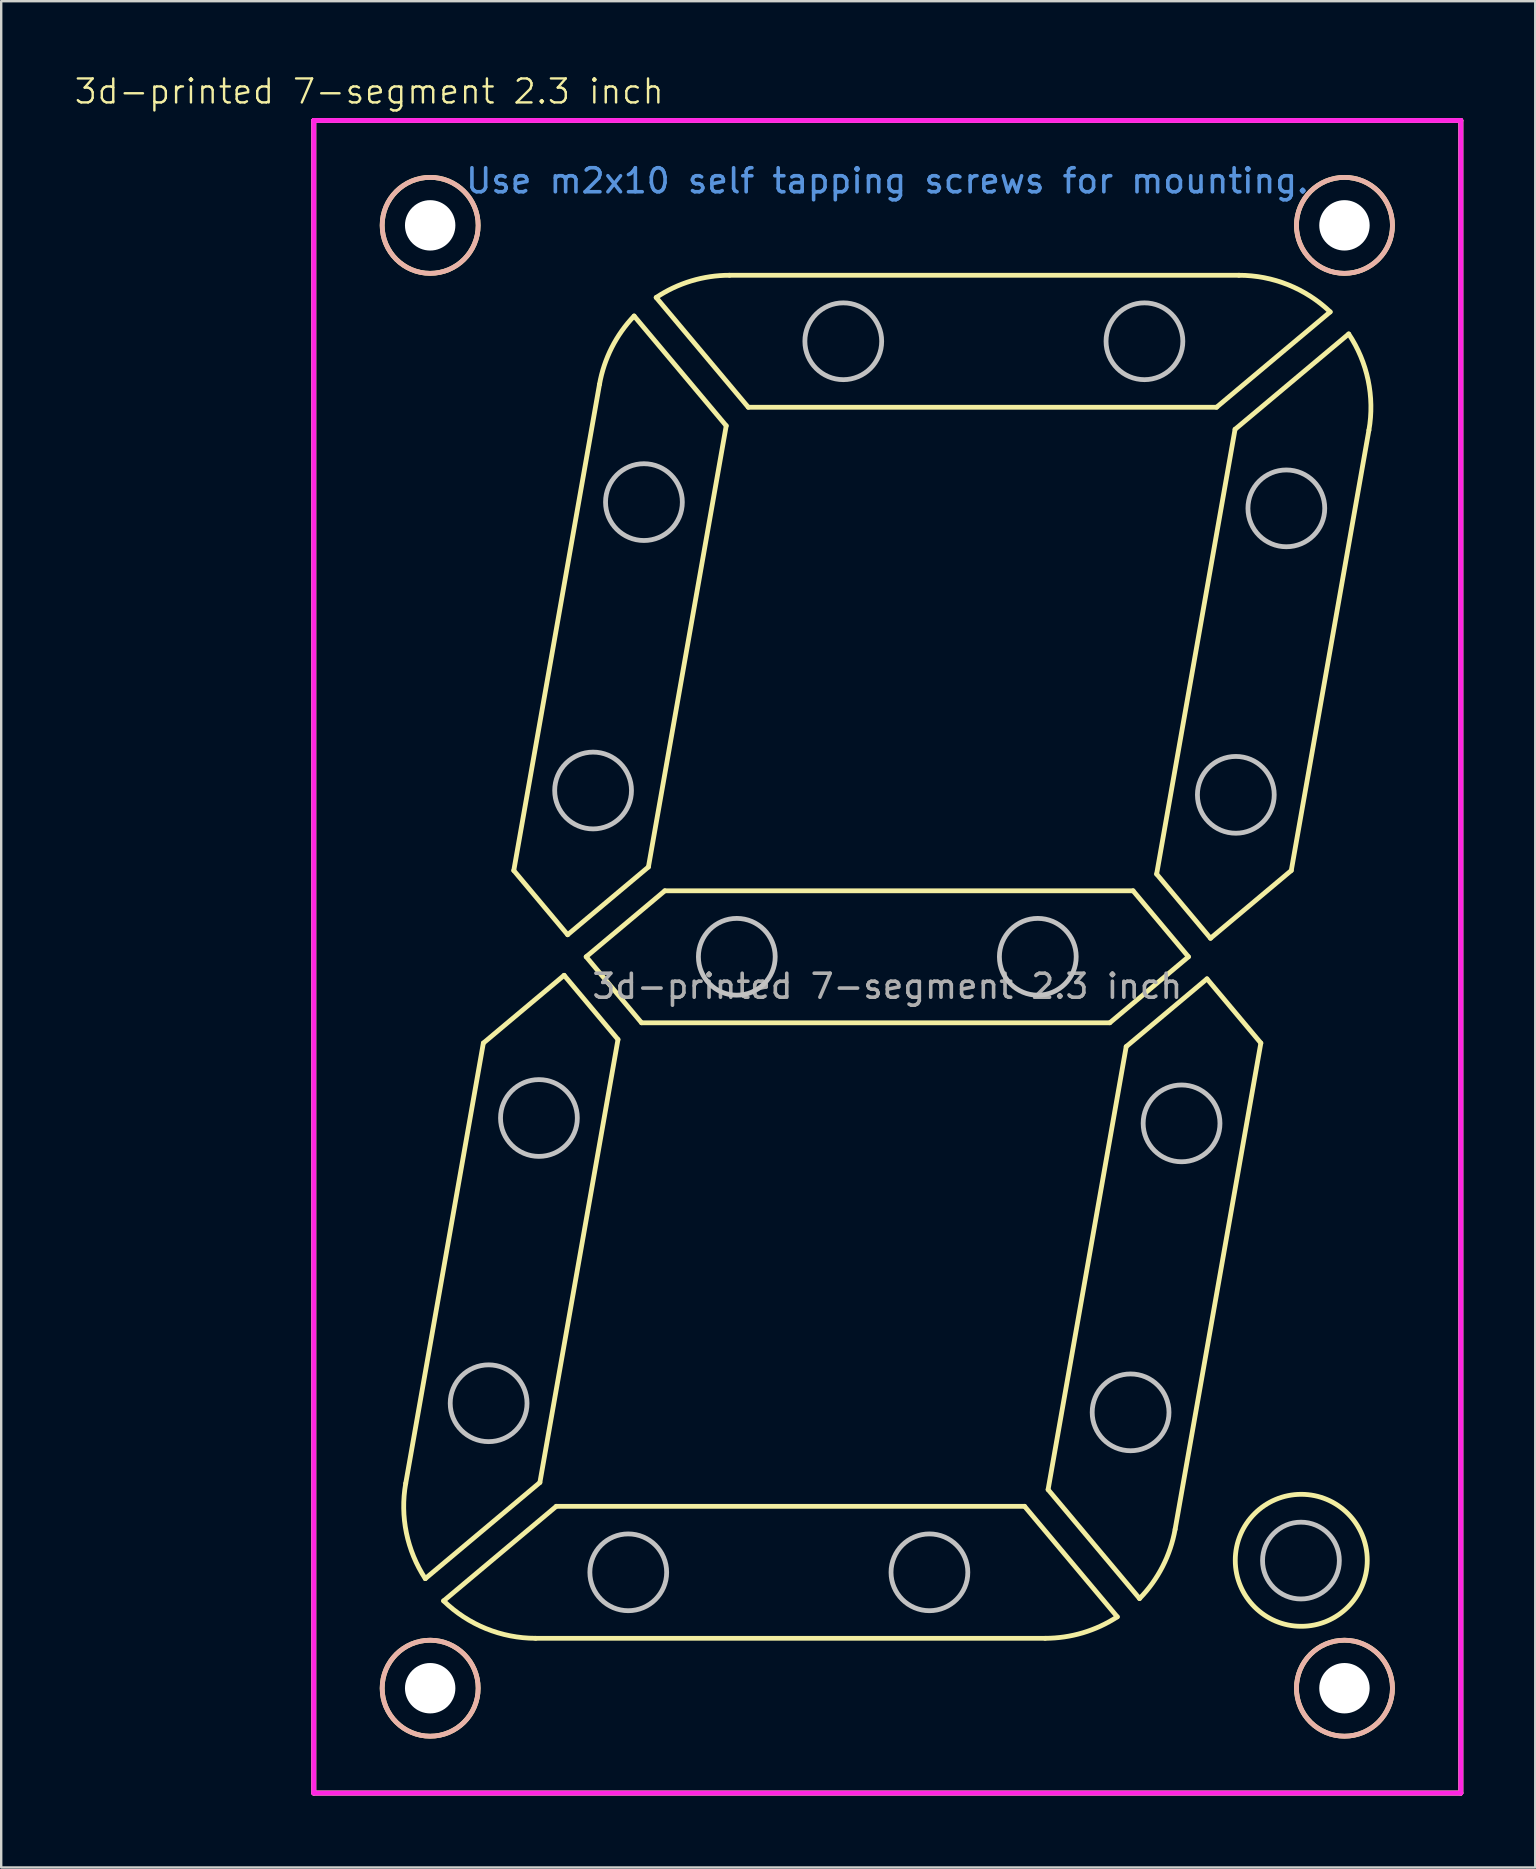
<source format=kicad_pcb>
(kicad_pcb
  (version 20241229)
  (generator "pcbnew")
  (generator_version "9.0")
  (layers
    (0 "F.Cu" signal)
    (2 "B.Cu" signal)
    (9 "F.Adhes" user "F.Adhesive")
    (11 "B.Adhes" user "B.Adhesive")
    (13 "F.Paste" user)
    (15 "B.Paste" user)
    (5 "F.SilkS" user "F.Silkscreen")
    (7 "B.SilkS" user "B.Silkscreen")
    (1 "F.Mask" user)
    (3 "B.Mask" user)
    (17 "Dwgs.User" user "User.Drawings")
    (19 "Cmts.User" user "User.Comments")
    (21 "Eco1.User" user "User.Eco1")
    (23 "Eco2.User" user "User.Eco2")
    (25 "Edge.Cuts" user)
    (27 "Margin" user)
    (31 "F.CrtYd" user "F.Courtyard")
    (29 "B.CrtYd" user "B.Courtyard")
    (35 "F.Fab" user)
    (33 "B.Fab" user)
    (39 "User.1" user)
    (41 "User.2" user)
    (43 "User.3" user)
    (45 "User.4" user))
  (footprint "3d-printed 7-segment 2.3 inch"
    (layer "F.Cu")
    (at 33.926 36.821)
    (property "Reference" "3d-printed 7-segment 2.3 inch" (at -21.59 -36.06 0) (unlocked yes) (layer "F.SilkS") (effects (font (size 1 1) (thickness 0.1))))
    (fp_line (start -23.9 -34.85) (end -23.9 34.85) (stroke (width 0.2) (type default)) (layer "F.SilkS"))
    (fp_line (start -23.9 34.85) (end 23.9 34.85) (stroke (width 0.2) (type default)) (layer "F.SilkS"))
    (fp_line (start -16.834 3.595) (end -20.069 21.945) (stroke (width 0.2) (type default)) (layer "F.SilkS"))
    (fp_line (start -16.834 3.595) (end -13.468 0.771) (stroke (width 0.2) (type default)) (layer "F.SilkS"))
    (fp_line (start -15.566 -3.595) (end -11.994 -23.855) (stroke (width 0.2) (type default)) (layer "F.SilkS"))
    (fp_line (start -14.653 28.4) (end 6.577 28.4) (stroke (width 0.2) (type default)) (layer "F.SilkS"))
    (fp_line (start -14.478 21.907) (end -19.254 25.914) (stroke (width 0.2) (type default)) (layer "F.SilkS"))
    (fp_line (start -13.795 22.9) (end -18.49 26.84) (stroke (width 0.2) (type default)) (layer "F.SilkS"))
    (fp_line (start -13.795 22.9) (end 5.719 22.9) (stroke (width 0.2) (type default)) (layer "F.SilkS"))
    (fp_line (start -13.468 0.771) (end -11.223 3.447) (stroke (width 0.2) (type default)) (layer "F.SilkS"))
    (fp_line (start -13.321 -0.919) (end -15.566 -3.595) (stroke (width 0.2) (type default)) (layer "F.SilkS"))
    (fp_line (start -12.549 0) (end -9.272 -2.75) (stroke (width 0.2) (type default)) (layer "F.SilkS"))
    (fp_line (start -11.223 3.447) (end -14.478 21.907) (stroke (width 0.2) (type default)) (layer "F.SilkS"))
    (fp_line (start -10.242 2.75) (end -12.549 0) (stroke (width 0.2) (type default)) (layer "F.SilkS"))
    (fp_line (start -9.955 -3.743) (end -13.321 -0.919) (stroke (width 0.2) (type default)) (layer "F.SilkS"))
    (fp_line (start -9.272 -2.75) (end 10.242 -2.75) (stroke (width 0.2) (type default)) (layer "F.SilkS"))
    (fp_line (start -6.713 -22.129) (end -10.551 -26.702) (stroke (width 0.2) (type default)) (layer "F.SilkS"))
    (fp_line (start -6.713 -22.129) (end -9.955 -3.743) (stroke (width 0.2) (type default)) (layer "F.SilkS"))
    (fp_line (start -6.577 -28.4) (end 14.653 -28.4) (stroke (width 0.2) (type default)) (layer "F.SilkS"))
    (fp_line (start -5.794 -22.9) (end -9.632 -27.474) (stroke (width 0.2) (type default)) (layer "F.SilkS"))
    (fp_line (start -5.794 -22.9) (end 13.72 -22.9) (stroke (width 0.2) (type default)) (layer "F.SilkS"))
    (fp_line (start 5.719 22.9) (end 9.584 27.506) (stroke (width 0.2) (type default)) (layer "F.SilkS"))
    (fp_line (start 6.7 22.203) (end 9.955 3.743) (stroke (width 0.2) (type default)) (layer "F.SilkS"))
    (fp_line (start 9.272 2.75) (end -10.242 2.75) (stroke (width 0.2) (type default)) (layer "F.SilkS"))
    (fp_line (start 9.955 3.743) (end 13.321 0.919) (stroke (width 0.2) (type default)) (layer "F.SilkS"))
    (fp_line (start 10.242 -2.75) (end 12.549 0) (stroke (width 0.2) (type default)) (layer "F.SilkS"))
    (fp_line (start 10.511 26.744) (end 6.7 22.203) (stroke (width 0.2) (type default)) (layer "F.SilkS"))
    (fp_line (start 11.223 -3.447) (end 14.491 -21.981) (stroke (width 0.2) (type default)) (layer "F.SilkS"))
    (fp_line (start 12.549 0) (end 9.272 2.75) (stroke (width 0.2) (type default)) (layer "F.SilkS"))
    (fp_line (start 13.321 0.919) (end 15.566 3.595) (stroke (width 0.2) (type default)) (layer "F.SilkS"))
    (fp_line (start 13.468 -0.771) (end 11.223 -3.447) (stroke (width 0.2) (type default)) (layer "F.SilkS"))
    (fp_line (start 13.72 -22.9) (end 18.455 -26.874) (stroke (width 0.2) (type default)) (layer "F.SilkS"))
    (fp_line (start 14.491 -21.981) (end 19.227 -25.955) (stroke (width 0.2) (type default)) (layer "F.SilkS"))
    (fp_line (start 15.566 3.595) (end 11.994 23.855) (stroke (width 0.2) (type default)) (layer "F.SilkS"))
    (fp_line (start 16.834 -3.595) (end 13.468 -0.771) (stroke (width 0.2) (type default)) (layer "F.SilkS"))
    (fp_line (start 20.069 -21.945) (end 16.834 -3.595) (stroke (width 0.2) (type default)) (layer "F.SilkS"))
    (fp_line (start 23.9 -34.85) (end -23.9 -34.85) (stroke (width 0.2) (type default)) (layer "F.SilkS"))
    (fp_line (start 23.9 34.85) (end 23.9 -34.85) (stroke (width 0.2) (type default)) (layer "F.SilkS"))
    (fp_arc (start -19.253589 25.914128) (mid -20.040401 24.00741) (end -20.069484 21.944935) (stroke (width 0.2) (type default)) (layer "F.SilkS"))
    (fp_arc (start -14.653041 28.4) (mid -16.724172 27.995137) (end -18.490385 26.840152) (stroke (width 0.2) (type default)) (layer "F.SilkS"))
    (fp_arc (start -11.993708 -23.855065) (mid -11.483518 -25.385698) (end -10.551125 -26.702426) (stroke (width 0.2) (type default)) (layer "F.SilkS"))
    (fp_arc (start -9.631871 -27.473771) (mid -8.173238 -28.163352) (end -6.577266 -28.4) (stroke (width 0.2) (type default)) (layer "F.SilkS"))
    (fp_arc (start 9.583553 27.505674) (mid 8.145512 28.171681) (end 6.577266 28.4) (stroke (width 0.2) (type default)) (layer "F.SilkS"))
    (fp_arc (start 11.993708 23.855065) (mid 11.470365 25.411488) (end 10.510876 26.744049) (stroke (width 0.2) (type default)) (layer "F.SilkS"))
    (fp_arc (start 14.653041 -28.4) (mid 16.701672 -28.004225) (end 18.455468 -26.873859) (stroke (width 0.2) (type default)) (layer "F.SilkS"))
    (fp_arc (start 19.226813 -25.954606) (mid 20.035457 -24.031168) (end 20.069484 -21.944935) (stroke (width 0.2) (type default)) (layer "F.SilkS"))
    (fp_circle (center -19.05 -30.48) (end -17.05 -30.48) (stroke (width 0.2) (type solid)) (fill no) (layer "F.SilkS"))
    (fp_circle (center -19.05 30.48) (end -17.05 30.48) (stroke (width 0.2) (type solid)) (fill no) (layer "F.SilkS"))
    (fp_circle (center 17.25 25.15) (end 20 25.15) (stroke (width 0.2) (type default)) (fill no) (layer "F.SilkS"))
    (fp_circle (center 19.05 -30.48) (end 21.05 -30.48) (stroke (width 0.2) (type solid)) (fill no) (layer "F.SilkS"))
    (fp_circle (center 19.05 30.48) (end 21.05 30.48) (stroke (width 0.2) (type solid)) (fill no) (layer "F.SilkS"))
    (fp_line (start -23.9 -34.85) (end 23.9 -34.85) (stroke (width 0.2) (type default)) (layer "B.SilkS"))
    (fp_line (start -23.9 34.85) (end -23.9 -34.85) (stroke (width 0.2) (type default)) (layer "B.SilkS"))
    (fp_line (start 23.9 -34.85) (end 23.9 34.85) (stroke (width 0.2) (type default)) (layer "B.SilkS"))
    (fp_line (start 23.9 34.85) (end -23.9 34.85) (stroke (width 0.2) (type default)) (layer "B.SilkS"))
    (fp_circle (center -19.05 -30.48) (end -17.05 -30.48) (stroke (width 0.2) (type solid)) (fill no) (layer "B.SilkS"))
    (fp_circle (center -19.05 30.48) (end -17.05 30.48) (stroke (width 0.2) (type solid)) (fill no) (layer "B.SilkS"))
    (fp_circle (center 19.05 -30.48) (end 21.05 -30.48) (stroke (width 0.2) (type solid)) (fill no) (layer "B.SilkS"))
    (fp_circle (center 19.05 30.48) (end 21.05 30.48) (stroke (width 0.2) (type solid)) (fill no) (layer "B.SilkS"))
    (fp_circle (center -19.05 -30.48) (end -18.3 -30.48) (stroke (width 0.2) (type default)) (fill no) (layer "Dwgs.User"))
    (fp_circle (center -19.05 30.48) (end -18.3 30.48) (stroke (width 0.2) (type default)) (fill no) (layer "Dwgs.User"))
    (fp_circle (center -16.614 18.605) (end -15.014 18.605) (stroke (width 0.2) (type default)) (fill no) (layer "Dwgs.User"))
    (fp_circle (center -14.518 6.718) (end -12.918 6.718) (stroke (width 0.2) (type default)) (fill no) (layer "Dwgs.User"))
    (fp_circle (center -12.261 -6.929) (end -10.661 -6.929) (stroke (width 0.2) (type default)) (fill no) (layer "Dwgs.User"))
    (fp_circle (center -10.795 25.65) (end -9.195 25.65) (stroke (width 0.2) (type default)) (fill no) (layer "Dwgs.User"))
    (fp_circle (center -10.142 -18.947) (end -8.542 -18.947) (stroke (width 0.2) (type default)) (fill no) (layer "Dwgs.User"))
    (fp_circle (center -6.272 0) (end -4.672 0) (stroke (width 0.2) (type default)) (fill no) (layer "Dwgs.User"))
    (fp_circle (center -1.835 -25.65) (end -0.235 -25.65) (stroke (width 0.2) (type default)) (fill no) (layer "Dwgs.User"))
    (fp_circle (center 1.755 25.65) (end 3.355 25.65) (stroke (width 0.2) (type default)) (fill no) (layer "Dwgs.User"))
    (fp_circle (center 6.271 0) (end 7.871 0) (stroke (width 0.2) (type default)) (fill no) (layer "Dwgs.User"))
    (fp_circle (center 10.138 18.984) (end 11.738 18.984) (stroke (width 0.2) (type default)) (fill no) (layer "Dwgs.User"))
    (fp_circle (center 10.715 -25.65) (end 12.315 -25.65) (stroke (width 0.2) (type default)) (fill no) (layer "Dwgs.User"))
    (fp_circle (center 12.262 6.942) (end 13.862 6.942) (stroke (width 0.2) (type default)) (fill no) (layer "Dwgs.User"))
    (fp_circle (center 14.523 -6.749) (end 16.123 -6.749) (stroke (width 0.2) (type default)) (fill no) (layer "Dwgs.User"))
    (fp_circle (center 16.628 -18.687) (end 18.228 -18.687) (stroke (width 0.2) (type default)) (fill no) (layer "Dwgs.User"))
    (fp_circle (center 17.237 25.161) (end 18.837 25.161) (stroke (width 0.2) (type default)) (fill no) (layer "Dwgs.User"))
    (fp_circle (center 19.05 -30.48) (end 19.8 -30.48) (stroke (width 0.2) (type default)) (fill no) (layer "Dwgs.User"))
    (fp_circle (center 19.05 30.48) (end 19.8 30.48) (stroke (width 0.2) (type default)) (fill no) (layer "Dwgs.User"))
    (fp_line (start -23.9 -34.85) (end -23.9 34.85) (stroke (width 0.2) (type default)) (layer "F.CrtYd"))
    (fp_line (start -23.9 34.85) (end 23.9 34.85) (stroke (width 0.2) (type default)) (layer "F.CrtYd"))
    (fp_line (start 23.9 -34.85) (end -23.9 -34.85) (stroke (width 0.2) (type default)) (layer "F.CrtYd"))
    (fp_line (start 23.9 34.85) (end 23.9 -34.85) (stroke (width 0.2) (type default)) (layer "F.CrtYd"))
    (fp_text user "Use m2x10 self tapping screws for mounting." (at 0 -31.75 0) (unlocked yes) (layer "Cmts.User") (effects (font (size 1 1) (thickness 0.15)) (justify bottom)))
    (fp_text user "${REFERENCE}" (at 0 1.23 0) (unlocked yes) (layer "F.Fab") (effects (font (size 1 1) (thickness 0.15))))
    (pad "" np_thru_hole circle (at -19.05 -30.48) (size 2.1 2.1) (drill 2.1) (layers "*.Cu" "*.Mask"))
    (pad "" np_thru_hole circle (at -19.05 30.48) (size 2.1 2.1) (drill 2.1) (layers "*.Cu" "*.Mask"))
    (pad "" np_thru_hole circle (at 19.05 -30.48) (size 2.1 2.1) (drill 2.1) (layers "*.Cu" "*.Mask"))
    (pad "" np_thru_hole circle (at 19.05 30.48) (size 2.1 2.1) (drill 2.1) (layers "*.Cu" "*.Mask")))
  (gr_rect
    (start -3 -3)
    (end 60.926 74.77)
    (stroke (width 0.1) (type default))
    (fill no)
    (layer "Edge.Cuts")))
</source>
